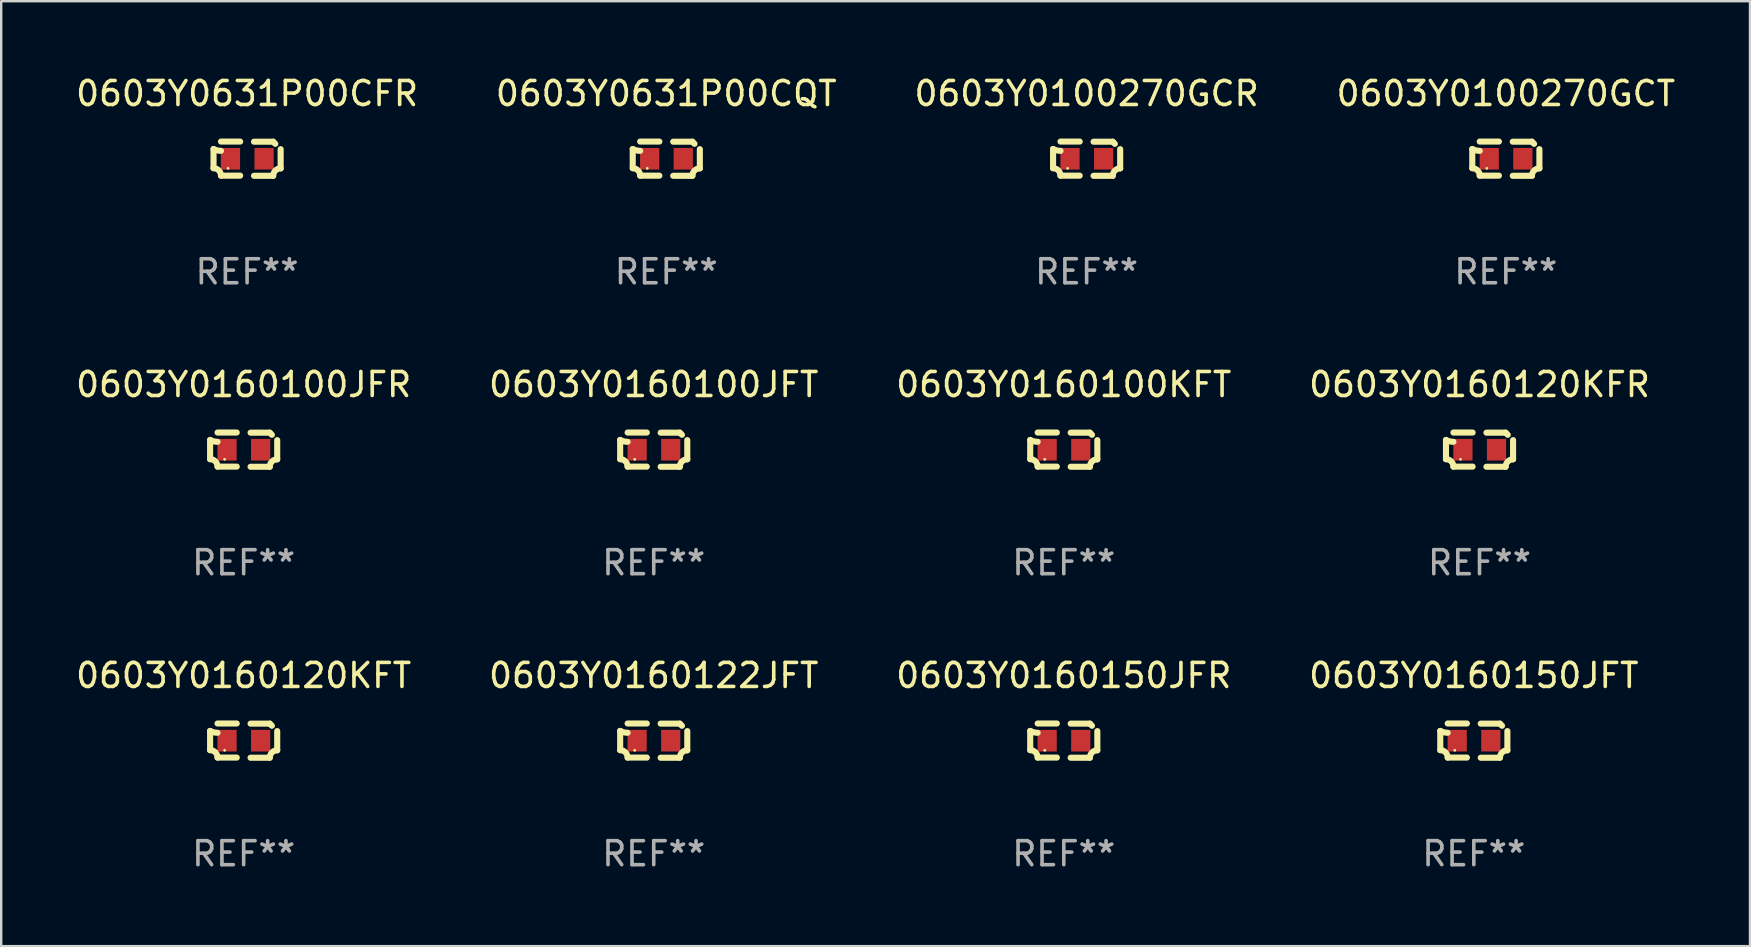
<source format=kicad_pcb>
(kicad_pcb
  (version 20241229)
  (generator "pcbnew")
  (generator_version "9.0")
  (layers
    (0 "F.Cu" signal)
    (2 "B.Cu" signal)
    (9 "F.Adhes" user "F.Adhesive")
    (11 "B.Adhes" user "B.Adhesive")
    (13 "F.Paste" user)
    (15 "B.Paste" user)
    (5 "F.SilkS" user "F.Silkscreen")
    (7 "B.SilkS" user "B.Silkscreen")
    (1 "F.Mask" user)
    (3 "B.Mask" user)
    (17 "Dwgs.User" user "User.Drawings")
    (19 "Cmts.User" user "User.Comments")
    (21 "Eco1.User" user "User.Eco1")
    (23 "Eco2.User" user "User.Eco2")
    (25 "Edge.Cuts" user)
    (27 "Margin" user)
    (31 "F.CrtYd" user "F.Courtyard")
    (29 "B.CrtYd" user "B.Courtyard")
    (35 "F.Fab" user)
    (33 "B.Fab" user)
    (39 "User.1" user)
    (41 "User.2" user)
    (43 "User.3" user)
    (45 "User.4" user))
  (footprint "0603Y0160122JFT"
    (layer "F.Cu")
    (at 24.185 27.805)
    (property "Reference" "0603Y0160122JFT" (at 0 -2.713 0) (layer "F.SilkS") (effects (font (size 1 1) (thickness 0.15))))
    (attr through_hole)
    (fp_line (start -1.398 -0.403) (end -1.398 0.397) (stroke (width 0.254) (type solid)) (layer "F.SilkS"))
    (fp_line (start -0.288 -0.713) (end -1.088 -0.713) (stroke (width 0.254) (type solid)) (layer "F.SilkS"))
    (fp_line (start -0.288 0.707) (end -1.088 0.707) (stroke (width 0.254) (type solid)) (layer "F.SilkS"))
    (fp_line (start 0.288 -0.707) (end 1.088 -0.707) (stroke (width 0.254) (type solid)) (layer "F.SilkS"))
    (fp_line (start 0.288 0.713) (end 1.088 0.713) (stroke (width 0.254) (type solid)) (layer "F.SilkS"))
    (fp_line (start 1.398 -0.397) (end 1.398 0.403) (stroke (width 0.254) (type solid)) (layer "F.SilkS"))
    (fp_arc (start -1.397789 0.397066) (mid -1.178701 0.487826) (end -1.08796 0.706922) (stroke (width 0.254001) (type solid)) (layer "F.SilkS"))
    (fp_arc (start -1.08796 -0.327176) (mid -1.247436 -0.346384) (end -1.39779 -0.402908) (stroke (width 0.254001) (type solid)) (layer "F.SilkS"))
    (fp_arc (start 1.087909 0.712738) (mid 1.178656 0.493655) (end 1.397739 0.402908) (stroke (width 0.254001) (type solid)) (layer "F.SilkS"))
    (fp_arc (start 1.175925 -0.618926) (mid 1.131917 -0.662923) (end 1.08791 -0.706922) (stroke (width 0.254001) (type solid)) (layer "F.SilkS"))
    (fp_circle (center -0.792 0.403) (end -0.762 0.403) (stroke (width 0.06) (type solid)) (fill no) (layer "F.SilkS"))
    (fp_text user "REF**" (at 0 4.713 0) (layer "F.Fab") (effects (font (size 1 1) (thickness 0.15))))
    (pad "1" smd rect (at -0.692 0.003) (size 0.8 0.9) (layers "F.Cu" "F.Mask" "F.Paste"))
    (pad "2" smd rect (at 0.708 0.003) (size 0.8 0.9) (layers "F.Cu" "F.Mask" "F.Paste")))
  (footprint "0603Y0160150JFT"
    (layer "F.Cu")
    (at 58.351 27.805)
    (property "Reference" "0603Y0160150JFT" (at 0 -2.713 0) (layer "F.SilkS") (effects (font (size 1 1) (thickness 0.15))))
    (attr through_hole)
    (fp_line (start -1.398 -0.403) (end -1.398 0.397) (stroke (width 0.254) (type solid)) (layer "F.SilkS"))
    (fp_line (start -0.288 -0.713) (end -1.088 -0.713) (stroke (width 0.254) (type solid)) (layer "F.SilkS"))
    (fp_line (start -0.288 0.707) (end -1.088 0.707) (stroke (width 0.254) (type solid)) (layer "F.SilkS"))
    (fp_line (start 0.288 -0.707) (end 1.088 -0.707) (stroke (width 0.254) (type solid)) (layer "F.SilkS"))
    (fp_line (start 0.288 0.713) (end 1.088 0.713) (stroke (width 0.254) (type solid)) (layer "F.SilkS"))
    (fp_line (start 1.398 -0.397) (end 1.398 0.403) (stroke (width 0.254) (type solid)) (layer "F.SilkS"))
    (fp_arc (start -1.397789 0.397066) (mid -1.178701 0.487826) (end -1.08796 0.706922) (stroke (width 0.254001) (type solid)) (layer "F.SilkS"))
    (fp_arc (start -1.08796 -0.327176) (mid -1.247436 -0.346384) (end -1.39779 -0.402908) (stroke (width 0.254001) (type solid)) (layer "F.SilkS"))
    (fp_arc (start 1.087909 0.712738) (mid 1.178656 0.493655) (end 1.397739 0.402908) (stroke (width 0.254001) (type solid)) (layer "F.SilkS"))
    (fp_arc (start 1.175925 -0.618926) (mid 1.131917 -0.662923) (end 1.08791 -0.706922) (stroke (width 0.254001) (type solid)) (layer "F.SilkS"))
    (fp_circle (center -0.792 0.403) (end -0.762 0.403) (stroke (width 0.06) (type solid)) (fill no) (layer "F.SilkS"))
    (fp_text user "REF**" (at 0 4.713 0) (layer "F.Fab") (effects (font (size 1 1) (thickness 0.15))))
    (pad "1" smd rect (at -0.692 0.003) (size 0.8 0.9) (layers "F.Cu" "F.Mask" "F.Paste"))
    (pad "2" smd rect (at 0.708 0.003) (size 0.8 0.9) (layers "F.Cu" "F.Mask" "F.Paste")))
  (footprint "0603Y0631P00CQT"
    (layer "F.Cu")
    (at 24.708 3.561)
    (property "Reference" "0603Y0631P00CQT" (at 0 -2.713 0) (layer "F.SilkS") (effects (font (size 1 1) (thickness 0.15))))
    (attr through_hole)
    (fp_line (start -1.398 -0.403) (end -1.398 0.397) (stroke (width 0.254) (type solid)) (layer "F.SilkS"))
    (fp_line (start -0.288 -0.713) (end -1.088 -0.713) (stroke (width 0.254) (type solid)) (layer "F.SilkS"))
    (fp_line (start -0.288 0.707) (end -1.088 0.707) (stroke (width 0.254) (type solid)) (layer "F.SilkS"))
    (fp_line (start 0.288 -0.707) (end 1.088 -0.707) (stroke (width 0.254) (type solid)) (layer "F.SilkS"))
    (fp_line (start 0.288 0.713) (end 1.088 0.713) (stroke (width 0.254) (type solid)) (layer "F.SilkS"))
    (fp_line (start 1.398 -0.397) (end 1.398 0.403) (stroke (width 0.254) (type solid)) (layer "F.SilkS"))
    (fp_arc (start -1.397789 0.397066) (mid -1.178701 0.487826) (end -1.08796 0.706922) (stroke (width 0.254001) (type solid)) (layer "F.SilkS"))
    (fp_arc (start -1.08796 -0.327176) (mid -1.247436 -0.346384) (end -1.39779 -0.402908) (stroke (width 0.254001) (type solid)) (layer "F.SilkS"))
    (fp_arc (start 1.087909 0.712738) (mid 1.178656 0.493655) (end 1.397739 0.402908) (stroke (width 0.254001) (type solid)) (layer "F.SilkS"))
    (fp_arc (start 1.175925 -0.618926) (mid 1.131917 -0.662923) (end 1.08791 -0.706922) (stroke (width 0.254001) (type solid)) (layer "F.SilkS"))
    (fp_circle (center -0.792 0.403) (end -0.762 0.403) (stroke (width 0.06) (type solid)) (fill no) (layer "F.SilkS"))
    (fp_text user "REF**" (at 0 4.713 0) (layer "F.Fab") (effects (font (size 1 1) (thickness 0.15))))
    (pad "1" smd rect (at -0.692 0.003) (size 0.8 0.9) (layers "F.Cu" "F.Mask" "F.Paste"))
    (pad "2" smd rect (at 0.708 0.003) (size 0.8 0.9) (layers "F.Cu" "F.Mask" "F.Paste")))
  (footprint "0603Y0631P00CFR"
    (layer "F.Cu")
    (at 7.244 3.561)
    (property "Reference" "0603Y0631P00CFR" (at 0 -2.713 0) (layer "F.SilkS") (effects (font (size 1 1) (thickness 0.15))))
    (attr through_hole)
    (fp_line (start -1.398 -0.403) (end -1.398 0.397) (stroke (width 0.254) (type solid)) (layer "F.SilkS"))
    (fp_line (start -0.288 -0.713) (end -1.088 -0.713) (stroke (width 0.254) (type solid)) (layer "F.SilkS"))
    (fp_line (start -0.288 0.707) (end -1.088 0.707) (stroke (width 0.254) (type solid)) (layer "F.SilkS"))
    (fp_line (start 0.288 -0.707) (end 1.088 -0.707) (stroke (width 0.254) (type solid)) (layer "F.SilkS"))
    (fp_line (start 0.288 0.713) (end 1.088 0.713) (stroke (width 0.254) (type solid)) (layer "F.SilkS"))
    (fp_line (start 1.398 -0.397) (end 1.398 0.403) (stroke (width 0.254) (type solid)) (layer "F.SilkS"))
    (fp_arc (start -1.397789 0.397066) (mid -1.178701 0.487826) (end -1.08796 0.706922) (stroke (width 0.254001) (type solid)) (layer "F.SilkS"))
    (fp_arc (start -1.08796 -0.327176) (mid -1.247436 -0.346384) (end -1.39779 -0.402908) (stroke (width 0.254001) (type solid)) (layer "F.SilkS"))
    (fp_arc (start 1.087909 0.712738) (mid 1.178656 0.493655) (end 1.397739 0.402908) (stroke (width 0.254001) (type solid)) (layer "F.SilkS"))
    (fp_arc (start 1.175925 -0.618926) (mid 1.131917 -0.662923) (end 1.08791 -0.706922) (stroke (width 0.254001) (type solid)) (layer "F.SilkS"))
    (fp_circle (center -0.792 0.403) (end -0.762 0.403) (stroke (width 0.06) (type solid)) (fill no) (layer "F.SilkS"))
    (fp_text user "REF**" (at 0 4.713 0) (layer "F.Fab") (effects (font (size 1 1) (thickness 0.15))))
    (pad "1" smd rect (at -0.692 0.003) (size 0.8 0.9) (layers "F.Cu" "F.Mask" "F.Paste"))
    (pad "2" smd rect (at 0.708 0.003) (size 0.8 0.9) (layers "F.Cu" "F.Mask" "F.Paste")))
  (footprint "0603Y0160150JFR"
    (layer "F.Cu")
    (at 41.268 27.805)
    (property "Reference" "0603Y0160150JFR" (at 0 -2.713 0) (layer "F.SilkS") (effects (font (size 1 1) (thickness 0.15))))
    (attr through_hole)
    (fp_line (start -1.398 -0.403) (end -1.398 0.397) (stroke (width 0.254) (type solid)) (layer "F.SilkS"))
    (fp_line (start -0.288 -0.713) (end -1.088 -0.713) (stroke (width 0.254) (type solid)) (layer "F.SilkS"))
    (fp_line (start -0.288 0.707) (end -1.088 0.707) (stroke (width 0.254) (type solid)) (layer "F.SilkS"))
    (fp_line (start 0.288 -0.707) (end 1.088 -0.707) (stroke (width 0.254) (type solid)) (layer "F.SilkS"))
    (fp_line (start 0.288 0.713) (end 1.088 0.713) (stroke (width 0.254) (type solid)) (layer "F.SilkS"))
    (fp_line (start 1.398 -0.397) (end 1.398 0.403) (stroke (width 0.254) (type solid)) (layer "F.SilkS"))
    (fp_arc (start -1.397789 0.397066) (mid -1.178701 0.487826) (end -1.08796 0.706922) (stroke (width 0.254001) (type solid)) (layer "F.SilkS"))
    (fp_arc (start -1.08796 -0.327176) (mid -1.247436 -0.346384) (end -1.39779 -0.402908) (stroke (width 0.254001) (type solid)) (layer "F.SilkS"))
    (fp_arc (start 1.087909 0.712738) (mid 1.178656 0.493655) (end 1.397739 0.402908) (stroke (width 0.254001) (type solid)) (layer "F.SilkS"))
    (fp_arc (start 1.175925 -0.618926) (mid 1.131917 -0.662923) (end 1.08791 -0.706922) (stroke (width 0.254001) (type solid)) (layer "F.SilkS"))
    (fp_circle (center -0.792 0.403) (end -0.762 0.403) (stroke (width 0.06) (type solid)) (fill no) (layer "F.SilkS"))
    (fp_text user "REF**" (at 0 4.713 0) (layer "F.Fab") (effects (font (size 1 1) (thickness 0.15))))
    (pad "1" smd rect (at -0.692 0.003) (size 0.8 0.9) (layers "F.Cu" "F.Mask" "F.Paste"))
    (pad "2" smd rect (at 0.708 0.003) (size 0.8 0.9) (layers "F.Cu" "F.Mask" "F.Paste")))
  (footprint "0603Y0160100JFR"
    (layer "F.Cu")
    (at 7.101 15.683)
    (property "Reference" "0603Y0160100JFR" (at 0 -2.713 0) (layer "F.SilkS") (effects (font (size 1 1) (thickness 0.15))))
    (attr through_hole)
    (fp_line (start -1.398 -0.403) (end -1.398 0.397) (stroke (width 0.254) (type solid)) (layer "F.SilkS"))
    (fp_line (start -0.288 -0.713) (end -1.088 -0.713) (stroke (width 0.254) (type solid)) (layer "F.SilkS"))
    (fp_line (start -0.288 0.707) (end -1.088 0.707) (stroke (width 0.254) (type solid)) (layer "F.SilkS"))
    (fp_line (start 0.288 -0.707) (end 1.088 -0.707) (stroke (width 0.254) (type solid)) (layer "F.SilkS"))
    (fp_line (start 0.288 0.713) (end 1.088 0.713) (stroke (width 0.254) (type solid)) (layer "F.SilkS"))
    (fp_line (start 1.398 -0.397) (end 1.398 0.403) (stroke (width 0.254) (type solid)) (layer "F.SilkS"))
    (fp_arc (start -1.397789 0.397066) (mid -1.178701 0.487826) (end -1.08796 0.706922) (stroke (width 0.254001) (type solid)) (layer "F.SilkS"))
    (fp_arc (start -1.08796 -0.327176) (mid -1.247436 -0.346384) (end -1.39779 -0.402908) (stroke (width 0.254001) (type solid)) (layer "F.SilkS"))
    (fp_arc (start 1.087909 0.712738) (mid 1.178656 0.493655) (end 1.397739 0.402908) (stroke (width 0.254001) (type solid)) (layer "F.SilkS"))
    (fp_arc (start 1.175925 -0.618926) (mid 1.131917 -0.662923) (end 1.08791 -0.706922) (stroke (width 0.254001) (type solid)) (layer "F.SilkS"))
    (fp_circle (center -0.792 0.403) (end -0.762 0.403) (stroke (width 0.06) (type solid)) (fill no) (layer "F.SilkS"))
    (fp_text user "REF**" (at 0 4.713 0) (layer "F.Fab") (effects (font (size 1 1) (thickness 0.15))))
    (pad "1" smd rect (at -0.692 0.003) (size 0.8 0.9) (layers "F.Cu" "F.Mask" "F.Paste"))
    (pad "2" smd rect (at 0.708 0.003) (size 0.8 0.9) (layers "F.Cu" "F.Mask" "F.Paste")))
  (footprint "0603Y0100270GCT"
    (layer "F.Cu")
    (at 59.685 3.561)
    (property "Reference" "0603Y0100270GCT" (at 0 -2.713 0) (layer "F.SilkS") (effects (font (size 1 1) (thickness 0.15))))
    (attr through_hole)
    (fp_line (start -1.398 -0.403) (end -1.398 0.397) (stroke (width 0.254) (type solid)) (layer "F.SilkS"))
    (fp_line (start -0.288 -0.713) (end -1.088 -0.713) (stroke (width 0.254) (type solid)) (layer "F.SilkS"))
    (fp_line (start -0.288 0.707) (end -1.088 0.707) (stroke (width 0.254) (type solid)) (layer "F.SilkS"))
    (fp_line (start 0.288 -0.707) (end 1.088 -0.707) (stroke (width 0.254) (type solid)) (layer "F.SilkS"))
    (fp_line (start 0.288 0.713) (end 1.088 0.713) (stroke (width 0.254) (type solid)) (layer "F.SilkS"))
    (fp_line (start 1.398 -0.397) (end 1.398 0.403) (stroke (width 0.254) (type solid)) (layer "F.SilkS"))
    (fp_arc (start -1.397789 0.397066) (mid -1.178701 0.487826) (end -1.08796 0.706922) (stroke (width 0.254001) (type solid)) (layer "F.SilkS"))
    (fp_arc (start -1.08796 -0.327176) (mid -1.247436 -0.346384) (end -1.39779 -0.402908) (stroke (width 0.254001) (type solid)) (layer "F.SilkS"))
    (fp_arc (start 1.087909 0.712738) (mid 1.178656 0.493655) (end 1.397739 0.402908) (stroke (width 0.254001) (type solid)) (layer "F.SilkS"))
    (fp_arc (start 1.175925 -0.618926) (mid 1.131917 -0.662923) (end 1.08791 -0.706922) (stroke (width 0.254001) (type solid)) (layer "F.SilkS"))
    (fp_circle (center -0.792 0.403) (end -0.762 0.403) (stroke (width 0.06) (type solid)) (fill no) (layer "F.SilkS"))
    (fp_text user "REF**" (at 0 4.713 0) (layer "F.Fab") (effects (font (size 1 1) (thickness 0.15))))
    (pad "1" smd rect (at -0.692 0.003) (size 0.8 0.9) (layers "F.Cu" "F.Mask" "F.Paste"))
    (pad "2" smd rect (at 0.708 0.003) (size 0.8 0.9) (layers "F.Cu" "F.Mask" "F.Paste")))
  (footprint "0603Y0160100JFT"
    (layer "F.Cu")
    (at 24.185 15.683)
    (property "Reference" "0603Y0160100JFT" (at 0 -2.713 0) (layer "F.SilkS") (effects (font (size 1 1) (thickness 0.15))))
    (attr through_hole)
    (fp_line (start -1.398 -0.403) (end -1.398 0.397) (stroke (width 0.254) (type solid)) (layer "F.SilkS"))
    (fp_line (start -0.288 -0.713) (end -1.088 -0.713) (stroke (width 0.254) (type solid)) (layer "F.SilkS"))
    (fp_line (start -0.288 0.707) (end -1.088 0.707) (stroke (width 0.254) (type solid)) (layer "F.SilkS"))
    (fp_line (start 0.288 -0.707) (end 1.088 -0.707) (stroke (width 0.254) (type solid)) (layer "F.SilkS"))
    (fp_line (start 0.288 0.713) (end 1.088 0.713) (stroke (width 0.254) (type solid)) (layer "F.SilkS"))
    (fp_line (start 1.398 -0.397) (end 1.398 0.403) (stroke (width 0.254) (type solid)) (layer "F.SilkS"))
    (fp_arc (start -1.397789 0.397066) (mid -1.178701 0.487826) (end -1.08796 0.706922) (stroke (width 0.254001) (type solid)) (layer "F.SilkS"))
    (fp_arc (start -1.08796 -0.327176) (mid -1.247436 -0.346384) (end -1.39779 -0.402908) (stroke (width 0.254001) (type solid)) (layer "F.SilkS"))
    (fp_arc (start 1.087909 0.712738) (mid 1.178656 0.493655) (end 1.397739 0.402908) (stroke (width 0.254001) (type solid)) (layer "F.SilkS"))
    (fp_arc (start 1.175925 -0.618926) (mid 1.131917 -0.662923) (end 1.08791 -0.706922) (stroke (width 0.254001) (type solid)) (layer "F.SilkS"))
    (fp_circle (center -0.792 0.403) (end -0.762 0.403) (stroke (width 0.06) (type solid)) (fill no) (layer "F.SilkS"))
    (fp_text user "REF**" (at 0 4.713 0) (layer "F.Fab") (effects (font (size 1 1) (thickness 0.15))))
    (pad "1" smd rect (at -0.692 0.003) (size 0.8 0.9) (layers "F.Cu" "F.Mask" "F.Paste"))
    (pad "2" smd rect (at 0.708 0.003) (size 0.8 0.9) (layers "F.Cu" "F.Mask" "F.Paste")))
  (footprint "0603Y0160120KFT"
    (layer "F.Cu")
    (at 7.101 27.805)
    (property "Reference" "0603Y0160120KFT" (at 0 -2.713 0) (layer "F.SilkS") (effects (font (size 1 1) (thickness 0.15))))
    (attr through_hole)
    (fp_line (start -1.398 -0.403) (end -1.398 0.397) (stroke (width 0.254) (type solid)) (layer "F.SilkS"))
    (fp_line (start -0.288 -0.713) (end -1.088 -0.713) (stroke (width 0.254) (type solid)) (layer "F.SilkS"))
    (fp_line (start -0.288 0.707) (end -1.088 0.707) (stroke (width 0.254) (type solid)) (layer "F.SilkS"))
    (fp_line (start 0.288 -0.707) (end 1.088 -0.707) (stroke (width 0.254) (type solid)) (layer "F.SilkS"))
    (fp_line (start 0.288 0.713) (end 1.088 0.713) (stroke (width 0.254) (type solid)) (layer "F.SilkS"))
    (fp_line (start 1.398 -0.397) (end 1.398 0.403) (stroke (width 0.254) (type solid)) (layer "F.SilkS"))
    (fp_arc (start -1.397789 0.397066) (mid -1.178701 0.487826) (end -1.08796 0.706922) (stroke (width 0.254001) (type solid)) (layer "F.SilkS"))
    (fp_arc (start -1.08796 -0.327176) (mid -1.247436 -0.346384) (end -1.39779 -0.402908) (stroke (width 0.254001) (type solid)) (layer "F.SilkS"))
    (fp_arc (start 1.087909 0.712738) (mid 1.178656 0.493655) (end 1.397739 0.402908) (stroke (width 0.254001) (type solid)) (layer "F.SilkS"))
    (fp_arc (start 1.175925 -0.618926) (mid 1.131917 -0.662923) (end 1.08791 -0.706922) (stroke (width 0.254001) (type solid)) (layer "F.SilkS"))
    (fp_circle (center -0.792 0.403) (end -0.762 0.403) (stroke (width 0.06) (type solid)) (fill no) (layer "F.SilkS"))
    (fp_text user "REF**" (at 0 4.713 0) (layer "F.Fab") (effects (font (size 1 1) (thickness 0.15))))
    (pad "1" smd rect (at -0.692 0.003) (size 0.8 0.9) (layers "F.Cu" "F.Mask" "F.Paste"))
    (pad "2" smd rect (at 0.708 0.003) (size 0.8 0.9) (layers "F.Cu" "F.Mask" "F.Paste")))
  (footprint "0603Y0160120KFR"
    (layer "F.Cu")
    (at 58.589 15.683)
    (property "Reference" "0603Y0160120KFR" (at 0 -2.713 0) (layer "F.SilkS") (effects (font (size 1 1) (thickness 0.15))))
    (attr through_hole)
    (fp_line (start -1.398 -0.403) (end -1.398 0.397) (stroke (width 0.254) (type solid)) (layer "F.SilkS"))
    (fp_line (start -0.288 -0.713) (end -1.088 -0.713) (stroke (width 0.254) (type solid)) (layer "F.SilkS"))
    (fp_line (start -0.288 0.707) (end -1.088 0.707) (stroke (width 0.254) (type solid)) (layer "F.SilkS"))
    (fp_line (start 0.288 -0.707) (end 1.088 -0.707) (stroke (width 0.254) (type solid)) (layer "F.SilkS"))
    (fp_line (start 0.288 0.713) (end 1.088 0.713) (stroke (width 0.254) (type solid)) (layer "F.SilkS"))
    (fp_line (start 1.398 -0.397) (end 1.398 0.403) (stroke (width 0.254) (type solid)) (layer "F.SilkS"))
    (fp_arc (start -1.397789 0.397066) (mid -1.178701 0.487826) (end -1.08796 0.706922) (stroke (width 0.254001) (type solid)) (layer "F.SilkS"))
    (fp_arc (start -1.08796 -0.327176) (mid -1.247436 -0.346384) (end -1.39779 -0.402908) (stroke (width 0.254001) (type solid)) (layer "F.SilkS"))
    (fp_arc (start 1.087909 0.712738) (mid 1.178656 0.493655) (end 1.397739 0.402908) (stroke (width 0.254001) (type solid)) (layer "F.SilkS"))
    (fp_arc (start 1.175925 -0.618926) (mid 1.131917 -0.662923) (end 1.08791 -0.706922) (stroke (width 0.254001) (type solid)) (layer "F.SilkS"))
    (fp_circle (center -0.792 0.403) (end -0.762 0.403) (stroke (width 0.06) (type solid)) (fill no) (layer "F.SilkS"))
    (fp_text user "REF**" (at 0 4.713 0) (layer "F.Fab") (effects (font (size 1 1) (thickness 0.15))))
    (pad "1" smd rect (at -0.692 0.003) (size 0.8 0.9) (layers "F.Cu" "F.Mask" "F.Paste"))
    (pad "2" smd rect (at 0.708 0.003) (size 0.8 0.9) (layers "F.Cu" "F.Mask" "F.Paste")))
  (footprint "0603Y0100270GCR"
    (layer "F.Cu")
    (at 42.22 3.561)
    (property "Reference" "0603Y0100270GCR" (at 0 -2.713 0) (layer "F.SilkS") (effects (font (size 1 1) (thickness 0.15))))
    (attr through_hole)
    (fp_line (start -1.398 -0.403) (end -1.398 0.397) (stroke (width 0.254) (type solid)) (layer "F.SilkS"))
    (fp_line (start -0.288 -0.713) (end -1.088 -0.713) (stroke (width 0.254) (type solid)) (layer "F.SilkS"))
    (fp_line (start -0.288 0.707) (end -1.088 0.707) (stroke (width 0.254) (type solid)) (layer "F.SilkS"))
    (fp_line (start 0.288 -0.707) (end 1.088 -0.707) (stroke (width 0.254) (type solid)) (layer "F.SilkS"))
    (fp_line (start 0.288 0.713) (end 1.088 0.713) (stroke (width 0.254) (type solid)) (layer "F.SilkS"))
    (fp_line (start 1.398 -0.397) (end 1.398 0.403) (stroke (width 0.254) (type solid)) (layer "F.SilkS"))
    (fp_arc (start -1.397789 0.397066) (mid -1.178701 0.487826) (end -1.08796 0.706922) (stroke (width 0.254001) (type solid)) (layer "F.SilkS"))
    (fp_arc (start -1.08796 -0.327176) (mid -1.247436 -0.346384) (end -1.39779 -0.402908) (stroke (width 0.254001) (type solid)) (layer "F.SilkS"))
    (fp_arc (start 1.087909 0.712738) (mid 1.178656 0.493655) (end 1.397739 0.402908) (stroke (width 0.254001) (type solid)) (layer "F.SilkS"))
    (fp_arc (start 1.175925 -0.618926) (mid 1.131917 -0.662923) (end 1.08791 -0.706922) (stroke (width 0.254001) (type solid)) (layer "F.SilkS"))
    (fp_circle (center -0.792 0.403) (end -0.762 0.403) (stroke (width 0.06) (type solid)) (fill no) (layer "F.SilkS"))
    (fp_text user "REF**" (at 0 4.713 0) (layer "F.Fab") (effects (font (size 1 1) (thickness 0.15))))
    (pad "1" smd rect (at -0.692 0.003) (size 0.8 0.9) (layers "F.Cu" "F.Mask" "F.Paste"))
    (pad "2" smd rect (at 0.708 0.003) (size 0.8 0.9) (layers "F.Cu" "F.Mask" "F.Paste")))
  (footprint "0603Y0160100KFT"
    (layer "F.Cu")
    (at 41.268 15.683)
    (property "Reference" "0603Y0160100KFT" (at 0 -2.713 0) (layer "F.SilkS") (effects (font (size 1 1) (thickness 0.15))))
    (attr through_hole)
    (fp_line (start -1.398 -0.403) (end -1.398 0.397) (stroke (width 0.254) (type solid)) (layer "F.SilkS"))
    (fp_line (start -0.288 -0.713) (end -1.088 -0.713) (stroke (width 0.254) (type solid)) (layer "F.SilkS"))
    (fp_line (start -0.288 0.707) (end -1.088 0.707) (stroke (width 0.254) (type solid)) (layer "F.SilkS"))
    (fp_line (start 0.288 -0.707) (end 1.088 -0.707) (stroke (width 0.254) (type solid)) (layer "F.SilkS"))
    (fp_line (start 0.288 0.713) (end 1.088 0.713) (stroke (width 0.254) (type solid)) (layer "F.SilkS"))
    (fp_line (start 1.398 -0.397) (end 1.398 0.403) (stroke (width 0.254) (type solid)) (layer "F.SilkS"))
    (fp_arc (start -1.397789 0.397066) (mid -1.178701 0.487826) (end -1.08796 0.706922) (stroke (width 0.254001) (type solid)) (layer "F.SilkS"))
    (fp_arc (start -1.08796 -0.327176) (mid -1.247436 -0.346384) (end -1.39779 -0.402908) (stroke (width 0.254001) (type solid)) (layer "F.SilkS"))
    (fp_arc (start 1.087909 0.712738) (mid 1.178656 0.493655) (end 1.397739 0.402908) (stroke (width 0.254001) (type solid)) (layer "F.SilkS"))
    (fp_arc (start 1.175925 -0.618926) (mid 1.131917 -0.662923) (end 1.08791 -0.706922) (stroke (width 0.254001) (type solid)) (layer "F.SilkS"))
    (fp_circle (center -0.792 0.403) (end -0.762 0.403) (stroke (width 0.06) (type solid)) (fill no) (layer "F.SilkS"))
    (fp_text user "REF**" (at 0 4.713 0) (layer "F.Fab") (effects (font (size 1 1) (thickness 0.15))))
    (pad "1" smd rect (at -0.692 0.003) (size 0.8 0.9) (layers "F.Cu" "F.Mask" "F.Paste"))
    (pad "2" smd rect (at 0.708 0.003) (size 0.8 0.9) (layers "F.Cu" "F.Mask" "F.Paste")))
  (gr_rect
    (start -3 -3)
    (end 69.857 36.366)
    (stroke (width 0.1) (type default))
    (fill no)
    (layer "Edge.Cuts")))
</source>
